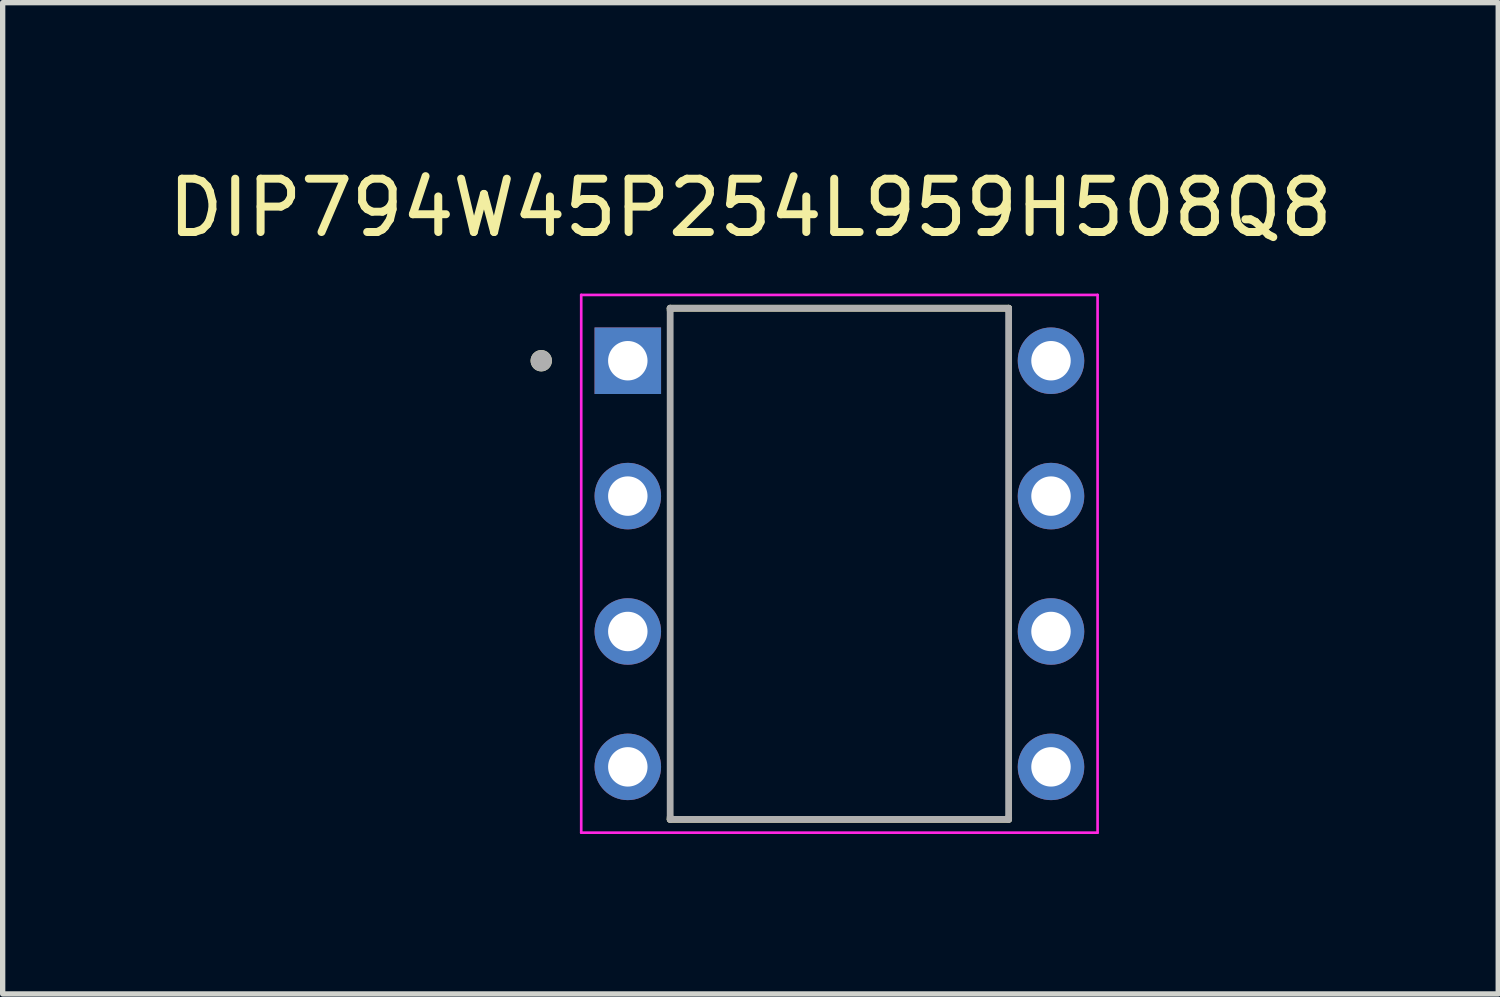
<source format=kicad_pcb>
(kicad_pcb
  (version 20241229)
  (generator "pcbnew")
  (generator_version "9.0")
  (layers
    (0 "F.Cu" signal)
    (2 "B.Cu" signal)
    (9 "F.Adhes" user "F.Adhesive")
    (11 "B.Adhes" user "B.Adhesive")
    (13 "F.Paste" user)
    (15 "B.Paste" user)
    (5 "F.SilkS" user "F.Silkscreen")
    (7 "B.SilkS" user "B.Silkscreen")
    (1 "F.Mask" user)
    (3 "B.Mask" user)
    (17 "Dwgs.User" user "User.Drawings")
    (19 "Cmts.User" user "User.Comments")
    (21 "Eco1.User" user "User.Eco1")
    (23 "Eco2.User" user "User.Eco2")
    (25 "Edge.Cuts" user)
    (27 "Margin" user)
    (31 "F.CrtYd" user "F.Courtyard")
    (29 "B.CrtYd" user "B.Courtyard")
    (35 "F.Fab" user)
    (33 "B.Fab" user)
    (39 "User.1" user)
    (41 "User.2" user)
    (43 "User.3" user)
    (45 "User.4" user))
  (footprint "DIP794W45P254L959H508Q8"
    (layer "F.Cu")
    (at 12.699 7.528)
    (property "Reference" "DIP794W45P254L959H508Q8" (at -1.669 -6.68 0) (layer "F.SilkS") (effects (font (size 1 1) (thickness 0.15))))
    (attr through_hole)
    (fp_line (start -3.175 -4.795) (end -3.175 -4.754) (stroke (width 0.127) (type solid)) (layer "F.SilkS"))
    (fp_line (start -3.175 -4.795) (end 3.175 -4.795) (stroke (width 0.127) (type solid)) (layer "F.SilkS"))
    (fp_line (start -3.175 4.795) (end -3.175 4.754) (stroke (width 0.127) (type solid)) (layer "F.SilkS"))
    (fp_line (start -3.175 4.795) (end 3.175 4.795) (stroke (width 0.127) (type solid)) (layer "F.SilkS"))
    (fp_line (start 3.175 -4.795) (end 3.175 -4.754) (stroke (width 0.127) (type solid)) (layer "F.SilkS"))
    (fp_line (start 3.175 4.795) (end 3.175 4.754) (stroke (width 0.127) (type solid)) (layer "F.SilkS"))
    (fp_circle (center -5.594 -3.81) (end -5.494 -3.81) (stroke (width 0.2) (type solid)) (fill no) (layer "F.SilkS"))
    (fp_line (start -4.844 -5.045) (end -4.844 5.045) (stroke (width 0.05) (type solid)) (layer "F.CrtYd"))
    (fp_line (start -4.844 5.045) (end 4.844 5.045) (stroke (width 0.05) (type solid)) (layer "F.CrtYd"))
    (fp_line (start 4.844 -5.045) (end -4.844 -5.045) (stroke (width 0.05) (type solid)) (layer "F.CrtYd"))
    (fp_line (start 4.844 5.045) (end 4.844 -5.045) (stroke (width 0.05) (type solid)) (layer "F.CrtYd"))
    (fp_line (start -3.175 -4.795) (end -3.175 4.795) (stroke (width 0.127) (type solid)) (layer "F.Fab"))
    (fp_line (start -3.175 -4.795) (end 3.175 -4.795) (stroke (width 0.127) (type solid)) (layer "F.Fab"))
    (fp_line (start -3.175 4.795) (end 3.175 4.795) (stroke (width 0.127) (type solid)) (layer "F.Fab"))
    (fp_line (start 3.175 -4.795) (end 3.175 4.795) (stroke (width 0.127) (type solid)) (layer "F.Fab"))
    (fp_circle (center -5.594 -3.81) (end -5.494 -3.81) (stroke (width 0.2) (type solid)) (fill no) (layer "F.Fab"))
    (pad "1" thru_hole rect (at -3.97 -3.81) (size 1.248 1.248) (drill 0.74) (layers "*.Cu" "*.Mask"))
    (pad "2" thru_hole circle (at -3.97 -1.27) (size 1.248 1.248) (drill 0.74) (layers "*.Cu" "*.Mask"))
    (pad "3" thru_hole circle (at -3.97 1.27) (size 1.248 1.248) (drill 0.74) (layers "*.Cu" "*.Mask"))
    (pad "4" thru_hole circle (at -3.97 3.81) (size 1.248 1.248) (drill 0.74) (layers "*.Cu" "*.Mask"))
    (pad "5" thru_hole circle (at 3.97 3.81) (size 1.248 1.248) (drill 0.74) (layers "*.Cu" "*.Mask"))
    (pad "6" thru_hole circle (at 3.97 1.27) (size 1.248 1.248) (drill 0.74) (layers "*.Cu" "*.Mask"))
    (pad "7" thru_hole circle (at 3.97 -1.27) (size 1.248 1.248) (drill 0.74) (layers "*.Cu" "*.Mask"))
    (pad "8" thru_hole circle (at 3.97 -3.81) (size 1.248 1.248) (drill 0.74) (layers "*.Cu" "*.Mask")))
  (gr_rect
    (start -3 -3)
    (end 25.06 15.598)
    (stroke (width 0.1) (type default))
    (fill no)
    (layer "Edge.Cuts")))
</source>
